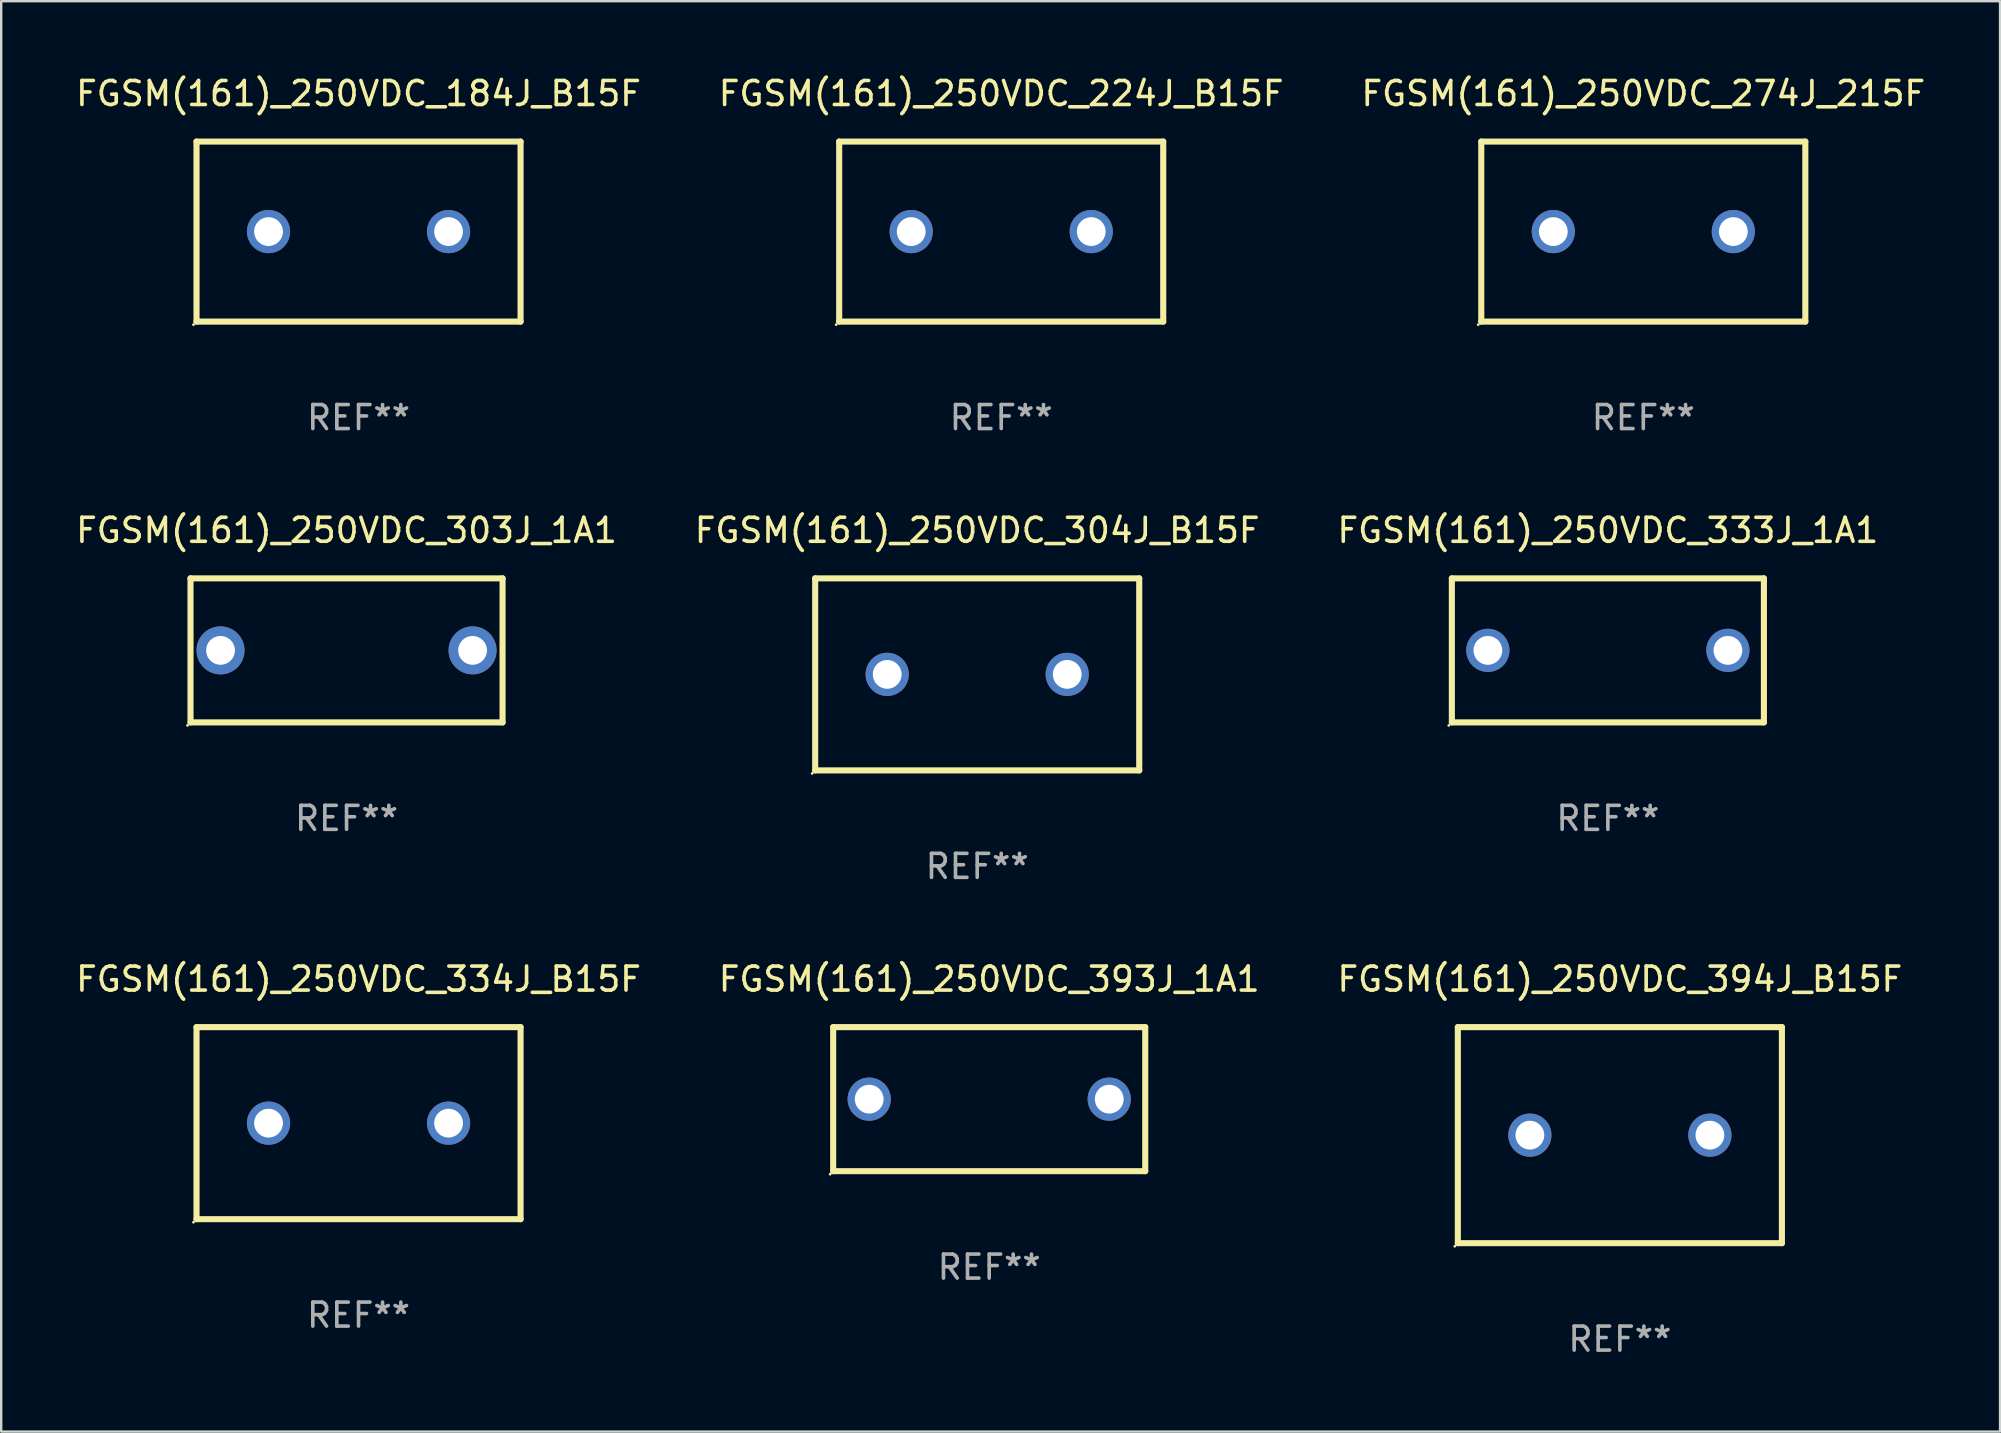
<source format=kicad_pcb>
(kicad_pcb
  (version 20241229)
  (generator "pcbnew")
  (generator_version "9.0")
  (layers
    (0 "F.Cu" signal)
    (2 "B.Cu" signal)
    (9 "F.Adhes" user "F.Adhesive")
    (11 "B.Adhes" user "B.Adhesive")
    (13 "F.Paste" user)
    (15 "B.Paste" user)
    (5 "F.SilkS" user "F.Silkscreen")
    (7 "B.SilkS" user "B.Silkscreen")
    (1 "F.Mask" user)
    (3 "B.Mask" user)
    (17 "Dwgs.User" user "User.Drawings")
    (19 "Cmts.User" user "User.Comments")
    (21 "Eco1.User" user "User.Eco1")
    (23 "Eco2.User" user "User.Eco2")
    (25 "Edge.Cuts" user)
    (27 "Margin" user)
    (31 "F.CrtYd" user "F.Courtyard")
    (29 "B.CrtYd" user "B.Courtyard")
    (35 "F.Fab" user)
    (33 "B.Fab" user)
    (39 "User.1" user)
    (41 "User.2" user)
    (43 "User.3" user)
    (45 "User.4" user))
  (footprint "FGSM(161)_250VDC_394J_B15F"
    (layer "F.Cu")
    (at 64.435 44.241)
    (property "Reference" "FGSM(161)_250VDC_394J_B15F" (at 0 -6.5 0) (layer "F.SilkS") (effects (font (size 1 1) (thickness 0.15))))
    (attr through_hole)
    (fp_line (start -6.75 -4.5) (end 6.75 -4.5) (stroke (width 0.254) (type solid)) (layer "F.SilkS"))
    (fp_line (start -6.75 4.5) (end -6.75 -4.5) (stroke (width 0.254) (type solid)) (layer "F.SilkS"))
    (fp_line (start 6.75 -4.5) (end 6.75 4.5) (stroke (width 0.254) (type solid)) (layer "F.SilkS"))
    (fp_line (start 6.75 4.5) (end -6.75 4.5) (stroke (width 0.254) (type solid)) (layer "F.SilkS"))
    (fp_circle (center -6.877 4.627) (end -6.847 4.627) (stroke (width 0.06) (type solid)) (fill no) (layer "F.SilkS"))
    (fp_text user "REF**" (at 0 8.5 0) (layer "F.Fab") (effects (font (size 1 1) (thickness 0.15))))
    (pad "1" thru_hole circle (at -3.75 0) (size 1.8 1.8) (drill 1.2) (layers "*.Cu" "*.Mask"))
    (pad "2" thru_hole circle (at 3.75 0) (size 1.8 1.8) (drill 1.2) (layers "*.Cu" "*.Mask")))
  (footprint "FGSM(161)_250VDC_184J_B15F"
    (layer "F.Cu")
    (at 11.887 6.598)
    (property "Reference" "FGSM(161)_250VDC_184J_B15F" (at 0 -5.75 0) (layer "F.SilkS") (effects (font (size 1 1) (thickness 0.15))))
    (attr through_hole)
    (fp_line (start -6.75 -3.75) (end 6.75 -3.75) (stroke (width 0.254) (type solid)) (layer "F.SilkS"))
    (fp_line (start -6.75 3.75) (end -6.75 -3.75) (stroke (width 0.254) (type solid)) (layer "F.SilkS"))
    (fp_line (start 6.75 -3.75) (end 6.75 3.75) (stroke (width 0.254) (type solid)) (layer "F.SilkS"))
    (fp_line (start 6.75 3.75) (end -6.75 3.75) (stroke (width 0.254) (type solid)) (layer "F.SilkS"))
    (fp_circle (center -6.877 3.877) (end -6.847 3.877) (stroke (width 0.06) (type solid)) (fill no) (layer "F.SilkS"))
    (fp_text user "REF**" (at 0 7.75 0) (layer "F.Fab") (effects (font (size 1 1) (thickness 0.15))))
    (pad "1" thru_hole circle (at -3.75 0) (size 1.8 1.8) (drill 1.2) (layers "*.Cu" "*.Mask"))
    (pad "2" thru_hole circle (at 3.75 0) (size 1.8 1.8) (drill 1.2) (layers "*.Cu" "*.Mask")))
  (footprint "FGSM(161)_250VDC_274J_215F"
    (layer "F.Cu")
    (at 65.411 6.598)
    (property "Reference" "FGSM(161)_250VDC_274J_215F" (at 0 -5.75 0) (layer "F.SilkS") (effects (font (size 1 1) (thickness 0.15))))
    (attr through_hole)
    (fp_line (start -6.75 -3.75) (end 6.75 -3.75) (stroke (width 0.254) (type solid)) (layer "F.SilkS"))
    (fp_line (start -6.75 3.75) (end -6.75 -3.75) (stroke (width 0.254) (type solid)) (layer "F.SilkS"))
    (fp_line (start 6.75 -3.75) (end 6.75 3.75) (stroke (width 0.254) (type solid)) (layer "F.SilkS"))
    (fp_line (start 6.75 3.75) (end -6.75 3.75) (stroke (width 0.254) (type solid)) (layer "F.SilkS"))
    (fp_circle (center -6.877 3.877) (end -6.847 3.877) (stroke (width 0.06) (type solid)) (fill no) (layer "F.SilkS"))
    (fp_text user "REF**" (at 0 7.75 0) (layer "F.Fab") (effects (font (size 1 1) (thickness 0.15))))
    (pad "1" thru_hole circle (at -3.75 0) (size 1.8 1.8) (drill 1.2) (layers "*.Cu" "*.Mask"))
    (pad "2" thru_hole circle (at 3.75 0) (size 1.8 1.8) (drill 1.2) (layers "*.Cu" "*.Mask")))
  (footprint "FGSM(161)_250VDC_333J_1A1"
    (layer "F.Cu")
    (at 63.935 24.045)
    (property "Reference" "FGSM(161)_250VDC_333J_1A1" (at 0 -5 0) (layer "F.SilkS") (effects (font (size 1 1) (thickness 0.15))))
    (attr through_hole)
    (fp_line (start -6.5 -3) (end 6.5 -3) (stroke (width 0.254) (type solid)) (layer "F.SilkS"))
    (fp_line (start -6.5 3) (end -6.5 -3) (stroke (width 0.254) (type solid)) (layer "F.SilkS"))
    (fp_line (start -6.5 3) (end 6.5 3) (stroke (width 0.254) (type solid)) (layer "F.SilkS"))
    (fp_line (start 6.5 -3) (end 6.5 3) (stroke (width 0.254) (type solid)) (layer "F.SilkS"))
    (fp_circle (center -6.627 3.127) (end -6.597 3.127) (stroke (width 0.06) (type solid)) (fill no) (layer "F.SilkS"))
    (fp_text user "REF**" (at 0 7 0) (layer "F.Fab") (effects (font (size 1 1) (thickness 0.15))))
    (pad "1" thru_hole circle (at -5 0) (size 1.8 1.8) (drill 1.2) (layers "*.Cu" "*.Mask"))
    (pad "2" thru_hole circle (at 5 0) (size 1.8 1.8) (drill 1.2) (layers "*.Cu" "*.Mask")))
  (footprint "FGSM(161)_250VDC_224J_B15F"
    (layer "F.Cu")
    (at 38.661 6.598)
    (property "Reference" "FGSM(161)_250VDC_224J_B15F" (at 0 -5.75 0) (layer "F.SilkS") (effects (font (size 1 1) (thickness 0.15))))
    (attr through_hole)
    (fp_line (start -6.75 -3.75) (end 6.75 -3.75) (stroke (width 0.254) (type solid)) (layer "F.SilkS"))
    (fp_line (start -6.75 3.75) (end -6.75 -3.75) (stroke (width 0.254) (type solid)) (layer "F.SilkS"))
    (fp_line (start 6.75 -3.75) (end 6.75 3.75) (stroke (width 0.254) (type solid)) (layer "F.SilkS"))
    (fp_line (start 6.75 3.75) (end -6.75 3.75) (stroke (width 0.254) (type solid)) (layer "F.SilkS"))
    (fp_circle (center -6.877 3.877) (end -6.847 3.877) (stroke (width 0.06) (type solid)) (fill no) (layer "F.SilkS"))
    (fp_text user "REF**" (at 0 7.75 0) (layer "F.Fab") (effects (font (size 1 1) (thickness 0.15))))
    (pad "1" thru_hole circle (at -3.75 0) (size 1.8 1.8) (drill 1.2) (layers "*.Cu" "*.Mask"))
    (pad "2" thru_hole circle (at 3.75 0) (size 1.8 1.8) (drill 1.2) (layers "*.Cu" "*.Mask")))
  (footprint "FGSM(161)_250VDC_334J_B15F"
    (layer "F.Cu")
    (at 11.887 43.741)
    (property "Reference" "FGSM(161)_250VDC_334J_B15F" (at 0 -6 0) (layer "F.SilkS") (effects (font (size 1 1) (thickness 0.15))))
    (attr through_hole)
    (fp_line (start -6.75 -4) (end 6.75 -4) (stroke (width 0.254) (type solid)) (layer "F.SilkS"))
    (fp_line (start -6.75 4) (end -6.75 -4) (stroke (width 0.254) (type solid)) (layer "F.SilkS"))
    (fp_line (start 6.75 -4) (end 6.75 4) (stroke (width 0.254) (type solid)) (layer "F.SilkS"))
    (fp_line (start 6.75 4) (end -6.75 4) (stroke (width 0.254) (type solid)) (layer "F.SilkS"))
    (fp_circle (center -6.877 4.127) (end -6.847 4.127) (stroke (width 0.06) (type solid)) (fill no) (layer "F.SilkS"))
    (fp_text user "REF**" (at 0 8 0) (layer "F.Fab") (effects (font (size 1 1) (thickness 0.15))))
    (pad "1" thru_hole circle (at -3.75 0) (size 1.8 1.8) (drill 1.2) (layers "*.Cu" "*.Mask"))
    (pad "2" thru_hole circle (at 3.75 0) (size 1.8 1.8) (drill 1.2) (layers "*.Cu" "*.Mask")))
  (footprint "FGSM(161)_250VDC_304J_B15F"
    (layer "F.Cu")
    (at 37.661 25.045)
    (property "Reference" "FGSM(161)_250VDC_304J_B15F" (at 0 -6 0) (layer "F.SilkS") (effects (font (size 1 1) (thickness 0.15))))
    (attr through_hole)
    (fp_line (start -6.75 -4) (end 6.75 -4) (stroke (width 0.254) (type solid)) (layer "F.SilkS"))
    (fp_line (start -6.75 4) (end -6.75 -4) (stroke (width 0.254) (type solid)) (layer "F.SilkS"))
    (fp_line (start 6.75 -4) (end 6.75 4) (stroke (width 0.254) (type solid)) (layer "F.SilkS"))
    (fp_line (start 6.75 4) (end -6.75 4) (stroke (width 0.254) (type solid)) (layer "F.SilkS"))
    (fp_circle (center -6.877 4.127) (end -6.847 4.127) (stroke (width 0.06) (type solid)) (fill no) (layer "F.SilkS"))
    (fp_text user "REF**" (at 0 8 0) (layer "F.Fab") (effects (font (size 1 1) (thickness 0.15))))
    (pad "1" thru_hole circle (at -3.75 0) (size 1.8 1.8) (drill 1.2) (layers "*.Cu" "*.Mask"))
    (pad "2" thru_hole circle (at 3.75 0) (size 1.8 1.8) (drill 1.2) (layers "*.Cu" "*.Mask")))
  (footprint "FGSM(161)_250VDC_303J_1A1"
    (layer "F.Cu")
    (at 11.387 24.045)
    (property "Reference" "FGSM(161)_250VDC_303J_1A1" (at 0 -5 0) (layer "F.SilkS") (effects (font (size 1 1) (thickness 0.15))))
    (attr through_hole)
    (fp_line (start -6.5 -3) (end -6.5 3) (stroke (width 0.254) (type solid)) (layer "F.SilkS"))
    (fp_line (start -6.5 -3) (end 6.5 -3) (stroke (width 0.254) (type solid)) (layer "F.SilkS"))
    (fp_line (start 6.5 -3) (end 6.5 3) (stroke (width 0.254) (type solid)) (layer "F.SilkS"))
    (fp_line (start 6.5 3) (end -6.5 3) (stroke (width 0.254) (type solid)) (layer "F.SilkS"))
    (fp_circle (center -6.627 3.127) (end -6.597 3.127) (stroke (width 0.06) (type solid)) (fill no) (layer "F.SilkS"))
    (fp_text user "REF**" (at 0 7 0) (layer "F.Fab") (effects (font (size 1 1) (thickness 0.15))))
    (pad "1" thru_hole circle (at -5.25 0) (size 2 2) (drill 1.2) (layers "*.Cu" "*.Mask"))
    (pad "2" thru_hole circle (at 5.25 0) (size 2 2) (drill 1.2) (layers "*.Cu" "*.Mask")))
  (footprint "FGSM(161)_250VDC_393J_1A1"
    (layer "F.Cu")
    (at 38.161 42.741)
    (property "Reference" "FGSM(161)_250VDC_393J_1A1" (at 0 -5 0) (layer "F.SilkS") (effects (font (size 1 1) (thickness 0.15))))
    (attr through_hole)
    (fp_line (start -6.5 -3) (end 6.5 -3) (stroke (width 0.254) (type solid)) (layer "F.SilkS"))
    (fp_line (start -6.5 3) (end -6.5 -3) (stroke (width 0.254) (type solid)) (layer "F.SilkS"))
    (fp_line (start -6.5 3) (end 6.5 3) (stroke (width 0.254) (type solid)) (layer "F.SilkS"))
    (fp_line (start 6.5 -3) (end 6.5 3) (stroke (width 0.254) (type solid)) (layer "F.SilkS"))
    (fp_circle (center -6.627 3.127) (end -6.597 3.127) (stroke (width 0.06) (type solid)) (fill no) (layer "F.SilkS"))
    (fp_text user "REF**" (at 0 7 0) (layer "F.Fab") (effects (font (size 1 1) (thickness 0.15))))
    (pad "1" thru_hole circle (at -5 0) (size 1.8 1.8) (drill 1.2) (layers "*.Cu" "*.Mask"))
    (pad "2" thru_hole circle (at 5 0) (size 1.8 1.8) (drill 1.2) (layers "*.Cu" "*.Mask")))
  (gr_rect
    (start -3 -3)
    (end 80.274 56.59)
    (stroke (width 0.1) (type default))
    (fill no)
    (layer "Edge.Cuts")))
</source>
